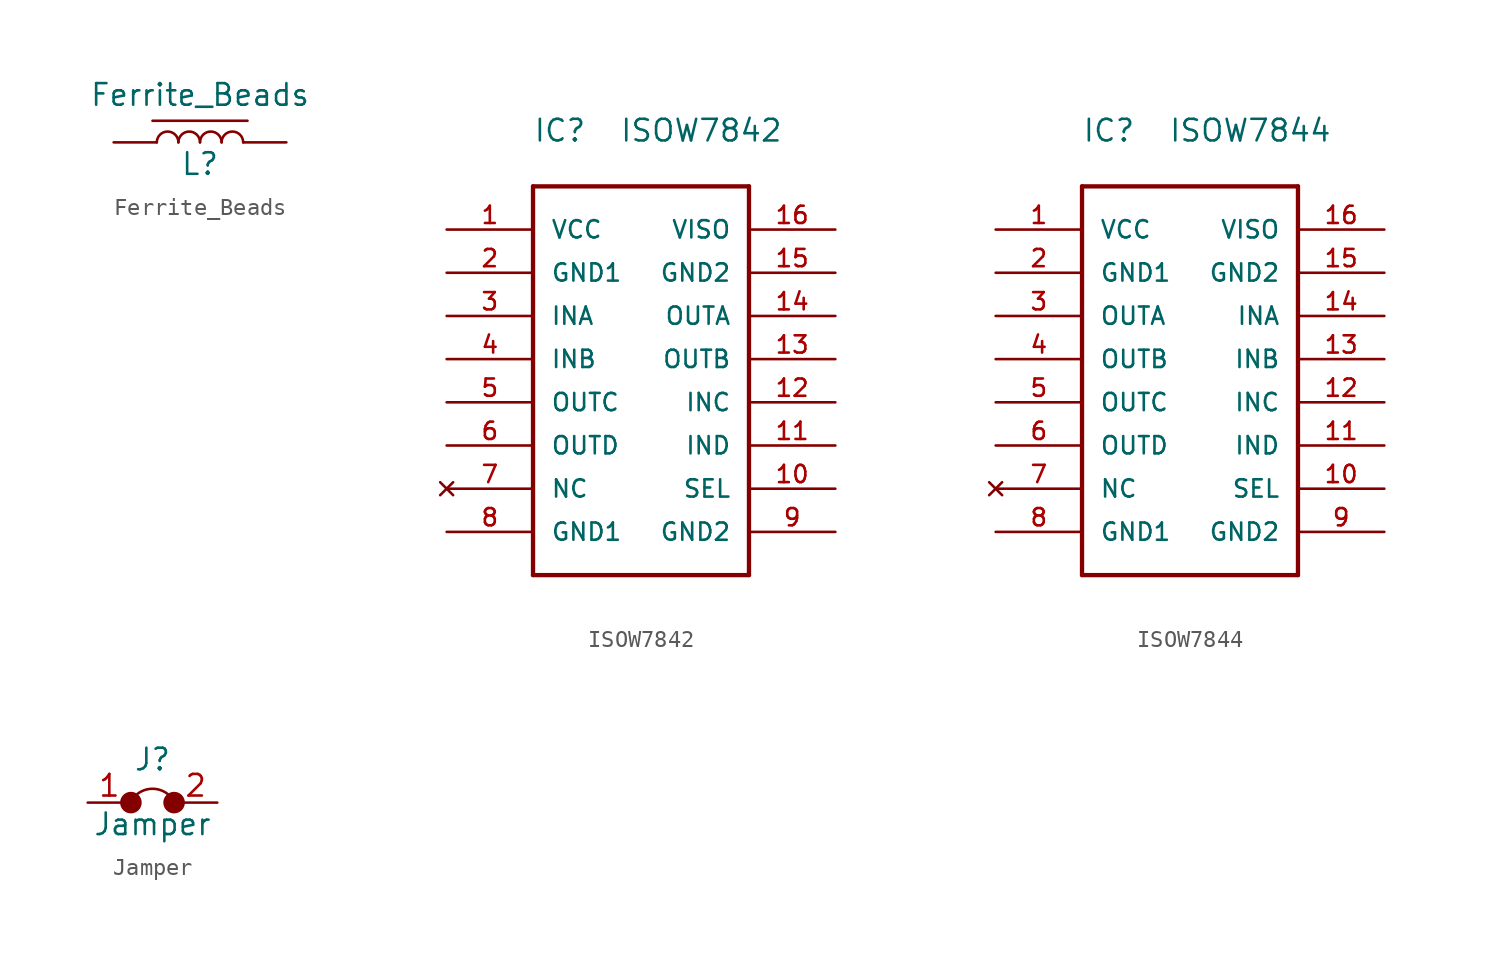
<source format=kicad_sym>
(kicad_symbol_lib
  (version 20220914)
  (generator kicad_symbol_editor)
  (symbol "Ferrite_Beads"
    (pin_numbers hide)
    (pin_names
      (offset 1.016) hide)
    (property "Reference" "L"
      (at 0 -1.27 0)
      (effects (font (size 1.27 1.27))))
    (property "Value" "Ferrite_Beads"
      (at 0 2.794 0)
      (effects (font (size 1.27 1.27))))
    (symbol "Ferrite_Beads_0_1"
      (arc (start -1.27 0) (mid -1.905 0.6323) (end -2.54 0) (stroke (width 0) (type solid)) (fill (type none)))
      (arc (start 0 0) (mid -0.635 0.6323) (end -1.27 0) (stroke (width 0) (type solid)) (fill (type none)))
      (polyline (pts (xy 2.794 1.27) (xy -2.794 1.27)) (stroke (width 0) (type solid)) (fill (type none)))
      (arc (start 1.27 0) (mid 0.635 0.6323) (end 0 0) (stroke (width 0) (type solid)) (fill (type none)))
      (arc (start 2.54 0) (mid 1.905 0.6323) (end 1.27 0) (stroke (width 0) (type solid)) (fill (type none))))
    (symbol "Ferrite_Beads_1_1"
      (pin passive line (at -5.08 0 0) (length 2.54) (name "1" (effects (font (size 1.27 1.27)))) (number "1" (effects (font (size 1.27 1.27)))))
      (pin passive line (at 5.08 0 180) (length 2.54) (name "2" (effects (font (size 1.27 1.27)))) (number "2" (effects (font (size 1.27 1.27)))))))
  (symbol "ISOW7842"
    (pin_names
      (offset 1.016))
    (property "Reference" "IC"
      (at 0 2.54 0)
      (effects (font (size 1.27 1.27)) (justify left bottom)))
    (property "Value" "ISOW7842"
      (at 5.08 2.54 0)
      (effects (font (size 1.27 1.27)) (justify left bottom)))
    (symbol "ISOW7842_1_0"
      (polyline (pts (xy 0 -22.86) (xy 0 0)) (stroke (width 0.254) (type solid)) (fill (type none)))
      (polyline (pts (xy 0 0) (xy 12.7 0)) (stroke (width 0.254) (type solid)) (fill (type none)))
      (polyline (pts (xy 12.7 -22.86) (xy 0 -22.86)) (stroke (width 0.254) (type solid)) (fill (type none)))
      (polyline (pts (xy 12.7 0) (xy 12.7 -22.86)) (stroke (width 0.254) (type solid)) (fill (type none))))
    (symbol "ISOW7842_1_1"
      (pin power_in line (at -5.08 -2.54 0) (length 5.08) (name "VCC" (effects (font (size 1.016 1.016)))) (number "1" (effects (font (size 1.016 1.016)))))
      (pin input line (at 17.78 -17.78 180) (length 5.08) (name "SEL" (effects (font (size 1.016 1.016)))) (number "10" (effects (font (size 1.016 1.016)))))
      (pin input line (at 17.78 -15.24 180) (length 5.08) (name "IND" (effects (font (size 1.016 1.016)))) (number "11" (effects (font (size 1.016 1.016)))))
      (pin input line (at 17.78 -12.7 180) (length 5.08) (name "INC" (effects (font (size 1.016 1.016)))) (number "12" (effects (font (size 1.016 1.016)))))
      (pin output line (at 17.78 -10.16 180) (length 5.08) (name "OUTB" (effects (font (size 1.016 1.016)))) (number "13" (effects (font (size 1.016 1.016)))))
      (pin output line (at 17.78 -7.62 180) (length 5.08) (name "OUTA" (effects (font (size 1.016 1.016)))) (number "14" (effects (font (size 1.016 1.016)))))
      (pin power_out line (at 17.78 -5.08 180) (length 5.08) (name "GND2" (effects (font (size 1.016 1.016)))) (number "15" (effects (font (size 1.016 1.016)))))
      (pin power_out line (at 17.78 -2.54 180) (length 5.08) (name "VISO" (effects (font (size 1.016 1.016)))) (number "16" (effects (font (size 1.016 1.016)))))
      (pin power_in line (at -5.08 -5.08 0) (length 5.08) (name "GND1" (effects (font (size 1.016 1.016)))) (number "2" (effects (font (size 1.016 1.016)))))
      (pin input line (at -5.08 -7.62 0) (length 5.08) (name "INA" (effects (font (size 1.016 1.016)))) (number "3" (effects (font (size 1.016 1.016)))))
      (pin output line (at -5.08 -10.16 0) (length 5.08) (name "INB" (effects (font (size 1.016 1.016)))) (number "4" (effects (font (size 1.016 1.016)))))
      (pin output line (at -5.08 -12.7 0) (length 5.08) (name "OUTC" (effects (font (size 1.016 1.016)))) (number "5" (effects (font (size 1.016 1.016)))))
      (pin output line (at -5.08 -15.24 0) (length 5.08) (name "OUTD" (effects (font (size 1.016 1.016)))) (number "6" (effects (font (size 1.016 1.016)))))
      (pin no_connect line (at -5.08 -17.78 0) (length 5.08) (name "NC" (effects (font (size 1.016 1.016)))) (number "7" (effects (font (size 1.016 1.016)))))
      (pin power_in line (at -5.08 -20.32 0) (length 5.08) (name "GND1" (effects (font (size 1.016 1.016)))) (number "8" (effects (font (size 1.016 1.016)))))
      (pin power_out line (at 17.78 -20.32 180) (length 5.08) (name "GND2" (effects (font (size 1.016 1.016)))) (number "9" (effects (font (size 1.016 1.016)))))))
  (symbol "ISOW7844"
    (pin_names
      (offset 1.016))
    (property "Reference" "IC"
      (at 0 2.54 0)
      (effects (font (size 1.27 1.27)) (justify left bottom)))
    (property "Value" "ISOW7844"
      (at 5.08 2.54 0)
      (effects (font (size 1.27 1.27)) (justify left bottom)))
    (symbol "ISOW7844_1_0"
      (polyline (pts (xy 0 -22.86) (xy 0 0)) (stroke (width 0.254) (type solid)) (fill (type none)))
      (polyline (pts (xy 0 0) (xy 12.7 0)) (stroke (width 0.254) (type solid)) (fill (type none)))
      (polyline (pts (xy 12.7 -22.86) (xy 0 -22.86)) (stroke (width 0.254) (type solid)) (fill (type none)))
      (polyline (pts (xy 12.7 0) (xy 12.7 -22.86)) (stroke (width 0.254) (type solid)) (fill (type none))))
    (symbol "ISOW7844_1_1"
      (pin power_in line (at -5.08 -2.54 0) (length 5.08) (name "VCC" (effects (font (size 1.016 1.016)))) (number "1" (effects (font (size 1.016 1.016)))))
      (pin input line (at 17.78 -17.78 180) (length 5.08) (name "SEL" (effects (font (size 1.016 1.016)))) (number "10" (effects (font (size 1.016 1.016)))))
      (pin input line (at 17.78 -15.24 180) (length 5.08) (name "IND" (effects (font (size 1.016 1.016)))) (number "11" (effects (font (size 1.016 1.016)))))
      (pin input line (at 17.78 -12.7 180) (length 5.08) (name "INC" (effects (font (size 1.016 1.016)))) (number "12" (effects (font (size 1.016 1.016)))))
      (pin input line (at 17.78 -10.16 180) (length 5.08) (name "INB" (effects (font (size 1.016 1.016)))) (number "13" (effects (font (size 1.016 1.016)))))
      (pin input line (at 17.78 -7.62 180) (length 5.08) (name "INA" (effects (font (size 1.016 1.016)))) (number "14" (effects (font (size 1.016 1.016)))))
      (pin power_out line (at 17.78 -5.08 180) (length 5.08) (name "GND2" (effects (font (size 1.016 1.016)))) (number "15" (effects (font (size 1.016 1.016)))))
      (pin power_out line (at 17.78 -2.54 180) (length 5.08) (name "VISO" (effects (font (size 1.016 1.016)))) (number "16" (effects (font (size 1.016 1.016)))))
      (pin power_in line (at -5.08 -5.08 0) (length 5.08) (name "GND1" (effects (font (size 1.016 1.016)))) (number "2" (effects (font (size 1.016 1.016)))))
      (pin output line (at -5.08 -7.62 0) (length 5.08) (name "OUTA" (effects (font (size 1.016 1.016)))) (number "3" (effects (font (size 1.016 1.016)))))
      (pin output line (at -5.08 -10.16 0) (length 5.08) (name "OUTB" (effects (font (size 1.016 1.016)))) (number "4" (effects (font (size 1.016 1.016)))))
      (pin output line (at -5.08 -12.7 0) (length 5.08) (name "OUTC" (effects (font (size 1.016 1.016)))) (number "5" (effects (font (size 1.016 1.016)))))
      (pin output line (at -5.08 -15.24 0) (length 5.08) (name "OUTD" (effects (font (size 1.016 1.016)))) (number "6" (effects (font (size 1.016 1.016)))))
      (pin no_connect line (at -5.08 -17.78 0) (length 5.08) (name "NC" (effects (font (size 1.016 1.016)))) (number "7" (effects (font (size 1.016 1.016)))))
      (pin power_in line (at -5.08 -20.32 0) (length 5.08) (name "GND1" (effects (font (size 1.016 1.016)))) (number "8" (effects (font (size 1.016 1.016)))))
      (pin power_out line (at 17.78 -20.32 180) (length 5.08) (name "GND2" (effects (font (size 1.016 1.016)))) (number "9" (effects (font (size 1.016 1.016)))))))
  (symbol "Jamper"
    (pin_names
      (offset 1.016) hide)
    (property "Reference" "J"
      (at 1.27 2.54 0)
      (effects (font (size 1.27 1.27))))
    (property "Value" "Jamper"
      (at 1.27 -1.27 0)
      (effects (font (size 1.27 1.27))))
    (symbol "Jamper_0_1"
      (arc (start 2.159 0.508) (mid 1.27 0.813) (end 0.381 0.508) (stroke (width 0) (type solid)) (fill (type none))))
    (symbol "Jamper_1_1"
      (circle (center 0 0) (radius 0.0001) (stroke (width 0.635) (type solid)) (fill (type none)))
      (circle (center 2.54 0) (radius 0.0001) (stroke (width 0.635) (type solid)) (fill (type none)))
      (pin passive line (at -2.54 0 0) (length 2.54) (name "1" (effects (font (size 1.27 1.27)))) (number "1" (effects (font (size 1.27 1.27)))))
      (pin passive line (at 5.08 0 180) (length 2.54) (name "2" (effects (font (size 1.27 1.27)))) (number "2" (effects (font (size 1.27 1.27))))))))
</source>
